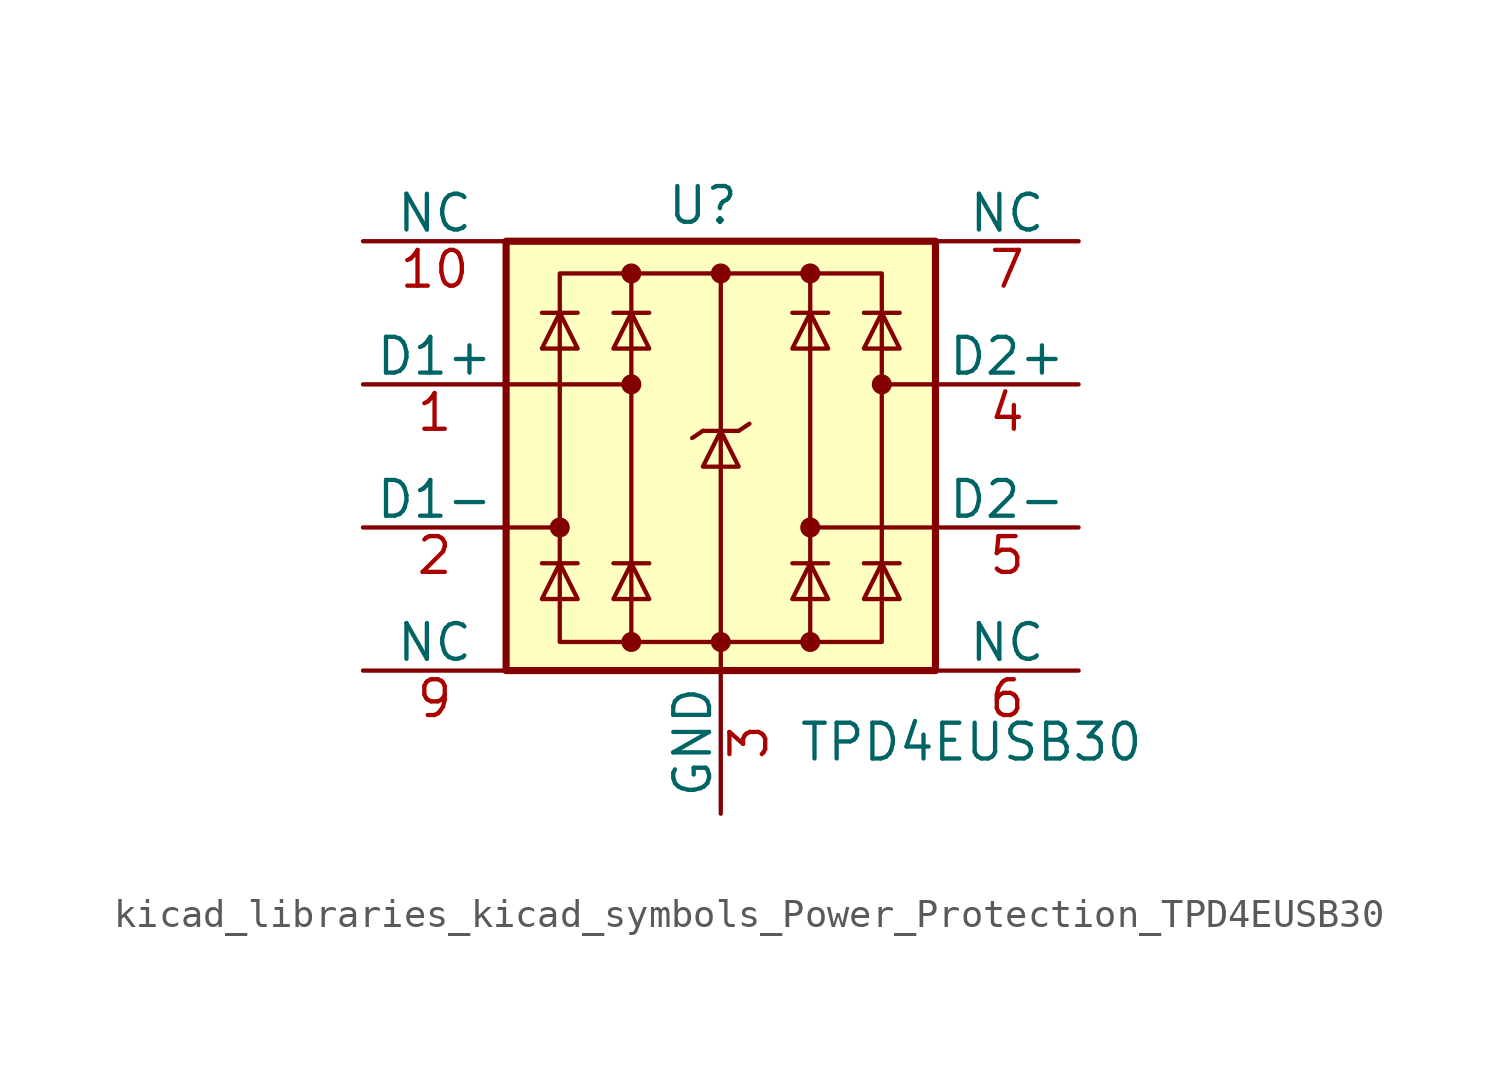
<source format=kicad_sym>
(kicad_symbol_lib
  (version 20220914)
  (generator kicad_symbol_editor)
  (symbol "kicad_libraries_kicad_symbols_Power_Protection_TPD4EUSB30"
    (pin_names
      (offset 0))
    (property "Reference" "U"
      (at -0.635 8.89 0)
      (effects (font (size 1.27 1.27))))
    (property "Value" "TPD4EUSB30"
      (at 8.89 -10.16 0)
      (effects (font (size 1.27 1.27))))
    (symbol "kicad_libraries_kicad_symbols_Power_Protection_TPD4EUSB30_0_0"
      (rectangle (start -5.715 6.477) (end 5.715 -6.604) (stroke (width 0) (type default)) (fill (type none)))
      (polyline (pts (xy -3.175 -6.604) (xy -3.175 6.477)) (stroke (width 0) (type default)) (fill (type none)))
      (polyline (pts (xy 0 6.477) (xy 0 -6.604)) (stroke (width 0) (type default)) (fill (type none)))
      (polyline (pts (xy 3.175 6.477) (xy 3.175 -6.604)) (stroke (width 0) (type default)) (fill (type none))))
    (symbol "kicad_libraries_kicad_symbols_Power_Protection_TPD4EUSB30_0_1"
      (rectangle (start -7.62 7.62) (end 7.62 -7.62) (stroke (width 0.254) (type default)) (fill (type background)))
      (circle (center -5.715 -2.54) (radius 0.279) (stroke (width 0) (type default)) (fill (type outline)))
      (circle (center -3.175 -6.604) (radius 0.279) (stroke (width 0) (type default)) (fill (type outline)))
      (circle (center -3.175 2.54) (radius 0.279) (stroke (width 0) (type default)) (fill (type outline)))
      (circle (center -3.175 6.477) (radius 0.279) (stroke (width 0) (type default)) (fill (type outline)))
      (circle (center 0 -6.604) (radius 0.279) (stroke (width 0) (type default)) (fill (type outline)))
      (polyline (pts (xy -7.747 2.54) (xy -3.175 2.54)) (stroke (width 0) (type default)) (fill (type none)))
      (polyline (pts (xy -7.62 -2.54) (xy -5.715 -2.54)) (stroke (width 0) (type default)) (fill (type none)))
      (polyline (pts (xy -5.08 -3.81) (xy -6.35 -3.81)) (stroke (width 0) (type default)) (fill (type none)))
      (polyline (pts (xy -5.08 5.08) (xy -6.35 5.08)) (stroke (width 0) (type default)) (fill (type none)))
      (polyline (pts (xy -2.54 -3.81) (xy -3.81 -3.81)) (stroke (width 0) (type default)) (fill (type none)))
      (polyline (pts (xy -2.54 5.08) (xy -3.81 5.08)) (stroke (width 0) (type default)) (fill (type none)))
      (polyline (pts (xy -0.635 0.889) (xy -1.016 0.635)) (stroke (width 0) (type default)) (fill (type none)))
      (polyline (pts (xy 0 -6.604) (xy 0 -7.62)) (stroke (width 0) (type default)) (fill (type none)))
      (polyline (pts (xy 0.635 0.889) (xy -0.635 0.889)) (stroke (width 0) (type default)) (fill (type none)))
      (polyline (pts (xy 0.635 0.889) (xy 1.016 1.143)) (stroke (width 0) (type default)) (fill (type none)))
      (polyline (pts (xy 3.81 -3.81) (xy 2.54 -3.81)) (stroke (width 0) (type default)) (fill (type none)))
      (polyline (pts (xy 3.81 5.08) (xy 2.54 5.08)) (stroke (width 0) (type default)) (fill (type none)))
      (polyline (pts (xy 6.35 -3.81) (xy 5.08 -3.81)) (stroke (width 0) (type default)) (fill (type none)))
      (polyline (pts (xy 6.35 5.08) (xy 5.08 5.08)) (stroke (width 0) (type default)) (fill (type none)))
      (polyline (pts (xy 7.62 -2.54) (xy 3.175 -2.54)) (stroke (width 0) (type default)) (fill (type none)))
      (polyline (pts (xy 7.62 2.54) (xy 5.715 2.54)) (stroke (width 0) (type default)) (fill (type none)))
      (polyline (pts (xy -5.08 -5.08) (xy -6.35 -5.08) (xy -5.715 -3.81) (xy -5.08 -5.08)) (stroke (width 0) (type default)) (fill (type none)))
      (polyline (pts (xy -5.08 3.81) (xy -6.35 3.81) (xy -5.715 5.08) (xy -5.08 3.81)) (stroke (width 0) (type default)) (fill (type none)))
      (polyline (pts (xy -2.54 -5.08) (xy -3.81 -5.08) (xy -3.175 -3.81) (xy -2.54 -5.08)) (stroke (width 0) (type default)) (fill (type none)))
      (polyline (pts (xy -2.54 3.81) (xy -3.81 3.81) (xy -3.175 5.08) (xy -2.54 3.81)) (stroke (width 0) (type default)) (fill (type none)))
      (polyline (pts (xy 0.635 -0.381) (xy -0.635 -0.381) (xy 0 0.889) (xy 0.635 -0.381)) (stroke (width 0) (type default)) (fill (type none)))
      (polyline (pts (xy 3.81 -5.08) (xy 2.54 -5.08) (xy 3.175 -3.81) (xy 3.81 -5.08)) (stroke (width 0) (type default)) (fill (type none)))
      (polyline (pts (xy 3.81 3.81) (xy 2.54 3.81) (xy 3.175 5.08) (xy 3.81 3.81)) (stroke (width 0) (type default)) (fill (type none)))
      (polyline (pts (xy 6.35 -5.08) (xy 5.08 -5.08) (xy 5.715 -3.81) (xy 6.35 -5.08)) (stroke (width 0) (type default)) (fill (type none)))
      (polyline (pts (xy 6.35 3.81) (xy 5.08 3.81) (xy 5.715 5.08) (xy 6.35 3.81)) (stroke (width 0) (type default)) (fill (type none)))
      (circle (center 0 6.477) (radius 0.279) (stroke (width 0) (type default)) (fill (type outline)))
      (circle (center 3.175 -6.604) (radius 0.279) (stroke (width 0) (type default)) (fill (type outline)))
      (circle (center 3.175 -2.54) (radius 0.279) (stroke (width 0) (type default)) (fill (type outline)))
      (circle (center 3.175 6.477) (radius 0.279) (stroke (width 0) (type default)) (fill (type outline)))
      (circle (center 5.715 2.54) (radius 0.279) (stroke (width 0) (type default)) (fill (type outline))))
    (symbol "kicad_libraries_kicad_symbols_Power_Protection_TPD4EUSB30_1_1"
      (pin passive line (at -12.7 2.54 0) (length 5.08) (name "D1+" (effects (font (size 1.27 1.27)))) (number "1" (effects (font (size 1.27 1.27)))))
      (pin free line (at -12.7 7.62 0) (length 5.08) (name "NC" (effects (font (size 1.27 1.27)))) (number "10" (effects (font (size 1.27 1.27)))))
      (pin passive line (at -12.7 -2.54 0) (length 5.08) (name "D1-" (effects (font (size 1.27 1.27)))) (number "2" (effects (font (size 1.27 1.27)))))
      (pin power_in line (at 0 -12.7 90) (length 5.08) (name "GND" (effects (font (size 1.27 1.27)))) (number "3" (effects (font (size 1.27 1.27)))))
      (pin passive line (at 12.7 2.54 180) (length 5.08) (name "D2+" (effects (font (size 1.27 1.27)))) (number "4" (effects (font (size 1.27 1.27)))))
      (pin passive line (at 12.7 -2.54 180) (length 5.08) (name "D2-" (effects (font (size 1.27 1.27)))) (number "5" (effects (font (size 1.27 1.27)))))
      (pin free line (at 12.7 -7.62 180) (length 5.08) (name "NC" (effects (font (size 1.27 1.27)))) (number "6" (effects (font (size 1.27 1.27)))))
      (pin free line (at 12.7 7.62 180) (length 5.08) (name "NC" (effects (font (size 1.27 1.27)))) (number "7" (effects (font (size 1.27 1.27)))))
      (pin passive line (at 0 -12.7 90) (length 5.08) hide (name "GND" (effects (font (size 1.27 1.27)))) (number "8" (effects (font (size 1.27 1.27)))))
      (pin free line (at -12.7 -7.62 0) (length 5.08) (name "NC" (effects (font (size 1.27 1.27)))) (number "9" (effects (font (size 1.27 1.27))))))))
</source>
